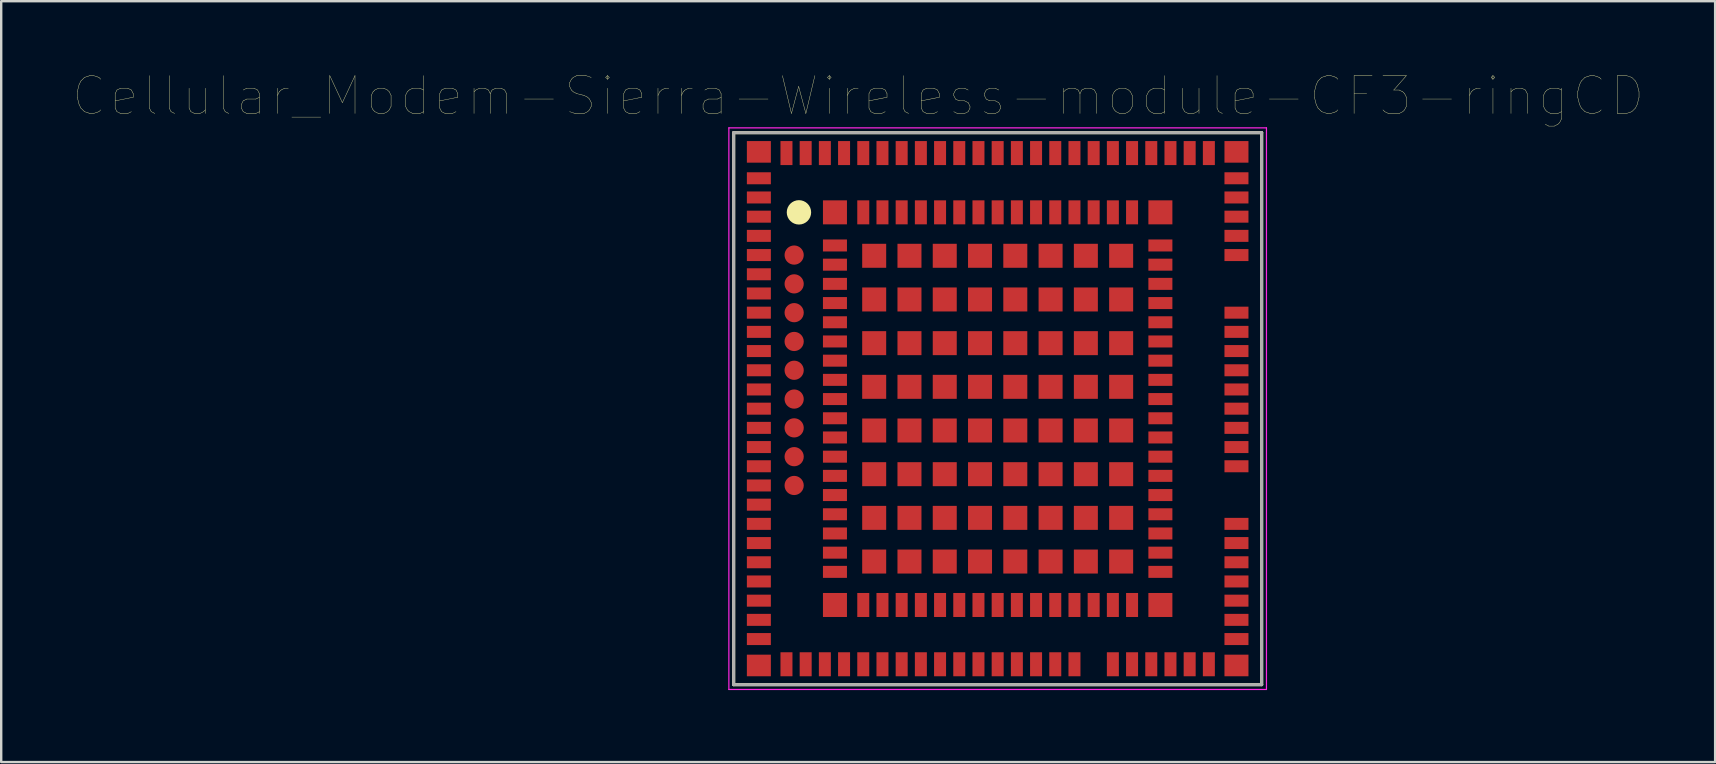
<source format=kicad_pcb>
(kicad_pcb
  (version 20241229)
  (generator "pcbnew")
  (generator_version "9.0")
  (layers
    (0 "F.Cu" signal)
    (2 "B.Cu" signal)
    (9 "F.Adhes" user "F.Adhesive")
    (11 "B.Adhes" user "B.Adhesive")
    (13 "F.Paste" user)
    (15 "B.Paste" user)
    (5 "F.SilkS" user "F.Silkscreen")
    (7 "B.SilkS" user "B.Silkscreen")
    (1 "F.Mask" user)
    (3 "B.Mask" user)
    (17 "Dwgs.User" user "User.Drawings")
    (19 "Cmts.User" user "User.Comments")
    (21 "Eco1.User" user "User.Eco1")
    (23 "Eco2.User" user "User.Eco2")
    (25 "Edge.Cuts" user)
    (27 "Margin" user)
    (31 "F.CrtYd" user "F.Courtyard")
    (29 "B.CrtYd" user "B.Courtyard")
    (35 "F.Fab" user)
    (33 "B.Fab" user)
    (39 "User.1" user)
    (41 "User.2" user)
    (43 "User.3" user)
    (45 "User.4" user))
  (footprint "Cellular_Modem-Sierra-Wireless-module-CF3-ringCD"
    (layer "F.Cu")
    (at 38.52 13.978)
    (property "Reference" "Cellular_Modem-Sierra-Wireless-module-CF3-ringCD" (at -5.813 -13.029 0) (layer "F.SilkS") (effects (font (size 1.578 1.578) (thickness 0.015))))
    (fp_line (start -11 -11.5) (end -11 11.5) (stroke (width 0.127) (type solid)) (layer "F.SilkS"))
    (fp_line (start -11 11.5) (end 11 11.5) (stroke (width 0.127) (type solid)) (layer "F.SilkS"))
    (fp_line (start 11 -11.5) (end -11 -11.5) (stroke (width 0.127) (type solid)) (layer "F.SilkS"))
    (fp_line (start 11 11.5) (end 11 -11.5) (stroke (width 0.127) (type solid)) (layer "F.SilkS"))
    (fp_circle (center -8.28 -8.18) (end -8.026 -8.18) (stroke (width 0.508) (type solid)) (fill no) (layer "F.SilkS"))
    (fp_line (start -11.2 -11.7) (end 11.2 -11.7) (stroke (width 0.05) (type default)) (layer "F.CrtYd"))
    (fp_line (start -11.2 11.7) (end -11.2 -11.7) (stroke (width 0.05) (type default)) (layer "F.CrtYd"))
    (fp_line (start 11.2 -11.7) (end 11.2 11.7) (stroke (width 0.05) (type default)) (layer "F.CrtYd"))
    (fp_line (start 11.2 11.7) (end -11.2 11.7) (stroke (width 0.05) (type default)) (layer "F.CrtYd"))
    (fp_line (start -11 -11.5) (end -11 11.5) (stroke (width 0.127) (type solid)) (layer "F.Fab"))
    (fp_line (start -11 11.5) (end 11 11.5) (stroke (width 0.127) (type solid)) (layer "F.Fab"))
    (fp_line (start 11 -11.5) (end -11 -11.5) (stroke (width 0.127) (type solid)) (layer "F.Fab"))
    (fp_line (start 11 11.5) (end 11 -11.5) (stroke (width 0.127) (type solid)) (layer "F.Fab"))
    (pad "1" smd rect (at -6.78 -6.8) (size 1 0.5) (layers "F.Cu" "F.Mask" "F.Paste"))
    (pad "2" smd rect (at -6.78 -6) (size 1 0.5) (layers "F.Cu" "F.Mask" "F.Paste"))
    (pad "3" smd rect (at -6.78 -5.2) (size 1 0.5) (layers "F.Cu" "F.Mask" "F.Paste"))
    (pad "4" smd rect (at -6.78 -4.4) (size 1 0.5) (layers "F.Cu" "F.Mask" "F.Paste"))
    (pad "5" smd rect (at -6.78 -3.6) (size 1 0.5) (layers "F.Cu" "F.Mask" "F.Paste"))
    (pad "6" smd rect (at -6.78 -2.8) (size 1 0.5) (layers "F.Cu" "F.Mask" "F.Paste"))
    (pad "7" smd rect (at -6.78 -2) (size 1 0.5) (layers "F.Cu" "F.Mask" "F.Paste"))
    (pad "8" smd rect (at -6.78 -1.2) (size 1 0.5) (layers "F.Cu" "F.Mask" "F.Paste"))
    (pad "9" smd rect (at -6.78 -0.4) (size 1 0.5) (layers "F.Cu" "F.Mask" "F.Paste"))
    (pad "10" smd rect (at -6.78 0.4) (size 1 0.5) (layers "F.Cu" "F.Mask" "F.Paste"))
    (pad "11" smd rect (at -6.78 1.2) (size 1 0.5) (layers "F.Cu" "F.Mask" "F.Paste"))
    (pad "12" smd rect (at -6.78 2) (size 1 0.5) (layers "F.Cu" "F.Mask" "F.Paste"))
    (pad "13" smd rect (at -6.78 2.8) (size 1 0.5) (layers "F.Cu" "F.Mask" "F.Paste"))
    (pad "14" smd rect (at -6.78 3.6) (size 1 0.5) (layers "F.Cu" "F.Mask" "F.Paste"))
    (pad "15" smd rect (at -6.78 4.4) (size 1 0.5) (layers "F.Cu" "F.Mask" "F.Paste"))
    (pad "16" smd rect (at -6.78 5.2) (size 1 0.5) (layers "F.Cu" "F.Mask" "F.Paste"))
    (pad "17" smd rect (at -6.78 6) (size 1 0.5) (layers "F.Cu" "F.Mask" "F.Paste"))
    (pad "18" smd rect (at -6.78 6.8) (size 1 0.5) (layers "F.Cu" "F.Mask" "F.Paste"))
    (pad "19" smd rect (at -5.6 8.18) (size 0.5 1) (layers "F.Cu" "F.Mask" "F.Paste"))
    (pad "20" smd rect (at -4.8 8.18) (size 0.5 1) (layers "F.Cu" "F.Mask" "F.Paste"))
    (pad "21" smd rect (at -4 8.18) (size 0.5 1) (layers "F.Cu" "F.Mask" "F.Paste"))
    (pad "22" smd rect (at -3.2 8.18) (size 0.5 1) (layers "F.Cu" "F.Mask" "F.Paste"))
    (pad "23" smd rect (at -2.4 8.18) (size 0.5 1) (layers "F.Cu" "F.Mask" "F.Paste"))
    (pad "24" smd rect (at -1.6 8.18) (size 0.5 1) (layers "F.Cu" "F.Mask" "F.Paste"))
    (pad "25" smd rect (at -0.8 8.18) (size 0.5 1) (layers "F.Cu" "F.Mask" "F.Paste"))
    (pad "26" smd rect (at 0 8.18) (size 0.5 1) (layers "F.Cu" "F.Mask" "F.Paste"))
    (pad "27" smd rect (at 0.8 8.18) (size 0.5 1) (layers "F.Cu" "F.Mask" "F.Paste"))
    (pad "28" smd rect (at 1.6 8.18) (size 0.5 1) (layers "F.Cu" "F.Mask" "F.Paste"))
    (pad "29" smd rect (at 2.4 8.18) (size 0.5 1) (layers "F.Cu" "F.Mask" "F.Paste"))
    (pad "30" smd rect (at 3.2 8.18) (size 0.5 1) (layers "F.Cu" "F.Mask" "F.Paste"))
    (pad "31" smd rect (at 4 8.18) (size 0.5 1) (layers "F.Cu" "F.Mask" "F.Paste"))
    (pad "32" smd rect (at 4.8 8.18) (size 0.5 1) (layers "F.Cu" "F.Mask" "F.Paste"))
    (pad "33" smd rect (at 5.6 8.18) (size 0.5 1) (layers "F.Cu" "F.Mask" "F.Paste"))
    (pad "34" smd rect (at 6.78 6.8) (size 1 0.5) (layers "F.Cu" "F.Mask" "F.Paste"))
    (pad "35" smd rect (at 6.78 6) (size 1 0.5) (layers "F.Cu" "F.Mask" "F.Paste"))
    (pad "36" smd rect (at 6.78 5.2) (size 1 0.5) (layers "F.Cu" "F.Mask" "F.Paste"))
    (pad "37" smd rect (at 6.78 4.4) (size 1 0.5) (layers "F.Cu" "F.Mask" "F.Paste"))
    (pad "38" smd rect (at 6.78 3.6) (size 1 0.5) (layers "F.Cu" "F.Mask" "F.Paste"))
    (pad "39" smd rect (at 6.78 2.8) (size 1 0.5) (layers "F.Cu" "F.Mask" "F.Paste"))
    (pad "40" smd rect (at 6.78 2) (size 1 0.5) (layers "F.Cu" "F.Mask" "F.Paste"))
    (pad "41" smd rect (at 6.78 1.2) (size 1 0.5) (layers "F.Cu" "F.Mask" "F.Paste"))
    (pad "42" smd rect (at 6.78 0.4) (size 1 0.5) (layers "F.Cu" "F.Mask" "F.Paste"))
    (pad "43" smd rect (at 6.78 -0.4) (size 1 0.5) (layers "F.Cu" "F.Mask" "F.Paste"))
    (pad "44" smd rect (at 6.78 -1.2) (size 1 0.5) (layers "F.Cu" "F.Mask" "F.Paste"))
    (pad "45" smd rect (at 6.78 -2) (size 1 0.5) (layers "F.Cu" "F.Mask" "F.Paste"))
    (pad "46" smd rect (at 6.78 -2.8) (size 1 0.5) (layers "F.Cu" "F.Mask" "F.Paste"))
    (pad "47" smd rect (at 6.78 -3.6) (size 1 0.5) (layers "F.Cu" "F.Mask" "F.Paste"))
    (pad "48" smd rect (at 6.78 -4.4) (size 1 0.5) (layers "F.Cu" "F.Mask" "F.Paste"))
    (pad "49" smd rect (at 6.78 -5.2) (size 1 0.5) (layers "F.Cu" "F.Mask" "F.Paste"))
    (pad "50" smd rect (at 6.78 -6) (size 1 0.5) (layers "F.Cu" "F.Mask" "F.Paste"))
    (pad "51" smd rect (at 6.78 -6.8) (size 1 0.5) (layers "F.Cu" "F.Mask" "F.Paste"))
    (pad "52" smd rect (at 5.6 -8.18) (size 0.5 1) (layers "F.Cu" "F.Mask" "F.Paste"))
    (pad "53" smd rect (at 4.8 -8.18) (size 0.5 1) (layers "F.Cu" "F.Mask" "F.Paste"))
    (pad "54" smd rect (at 4 -8.18) (size 0.5 1) (layers "F.Cu" "F.Mask" "F.Paste"))
    (pad "55" smd rect (at 3.2 -8.18) (size 0.5 1) (layers "F.Cu" "F.Mask" "F.Paste"))
    (pad "56" smd rect (at 2.4 -8.18) (size 0.5 1) (layers "F.Cu" "F.Mask" "F.Paste"))
    (pad "57" smd rect (at 1.6 -8.18) (size 0.5 1) (layers "F.Cu" "F.Mask" "F.Paste"))
    (pad "58" smd rect (at 0.8 -8.18) (size 0.5 1) (layers "F.Cu" "F.Mask" "F.Paste"))
    (pad "59" smd rect (at 0 -8.18) (size 0.5 1) (layers "F.Cu" "F.Mask" "F.Paste"))
    (pad "60" smd rect (at -0.8 -8.18) (size 0.5 1) (layers "F.Cu" "F.Mask" "F.Paste"))
    (pad "61" smd rect (at -1.6 -8.18) (size 0.5 1) (layers "F.Cu" "F.Mask" "F.Paste"))
    (pad "62" smd rect (at -2.4 -8.18) (size 0.5 1) (layers "F.Cu" "F.Mask" "F.Paste"))
    (pad "63" smd rect (at -3.2 -8.18) (size 0.5 1) (layers "F.Cu" "F.Mask" "F.Paste"))
    (pad "64" smd rect (at -4 -8.18) (size 0.5 1) (layers "F.Cu" "F.Mask" "F.Paste"))
    (pad "65" smd rect (at -4.8 -8.18) (size 0.5 1) (layers "F.Cu" "F.Mask" "F.Paste"))
    (pad "66" smd rect (at -5.6 -8.18) (size 0.5 1) (layers "F.Cu" "F.Mask" "F.Paste"))
    (pad "67" smd rect (at -6.78 -8.18) (size 1 1) (layers "F.Cu" "F.Mask" "F.Paste"))
    (pad "68" smd rect (at -6.78 8.18) (size 1 1) (layers "F.Cu" "F.Mask" "F.Paste"))
    (pad "69" smd rect (at 6.78 8.18) (size 1 1) (layers "F.Cu" "F.Mask" "F.Paste"))
    (pad "70" smd rect (at 6.78 -8.18) (size 1 1) (layers "F.Cu" "F.Mask" "F.Paste"))
    (pad "71" smd rect (at -9.95 -9.6) (size 1 0.5) (layers "F.Cu" "F.Mask" "F.Paste"))
    (pad "72" smd rect (at -9.95 -8.8) (size 1 0.5) (layers "F.Cu" "F.Mask" "F.Paste"))
    (pad "73" smd rect (at -9.95 -8) (size 1 0.5) (layers "F.Cu" "F.Mask" "F.Paste"))
    (pad "74" smd rect (at -9.95 -7.2) (size 1 0.5) (layers "F.Cu" "F.Mask" "F.Paste"))
    (pad "75" smd rect (at -9.95 -6.4) (size 1 0.5) (layers "F.Cu" "F.Mask" "F.Paste"))
    (pad "76" smd rect (at -9.95 -5.6) (size 1 0.5) (layers "F.Cu" "F.Mask" "F.Paste"))
    (pad "77" smd rect (at -9.95 -4.8) (size 1 0.5) (layers "F.Cu" "F.Mask" "F.Paste"))
    (pad "78" smd rect (at -9.95 -4) (size 1 0.5) (layers "F.Cu" "F.Mask" "F.Paste"))
    (pad "79" smd rect (at -9.95 -3.2) (size 1 0.5) (layers "F.Cu" "F.Mask" "F.Paste"))
    (pad "80" smd rect (at -9.95 -2.4) (size 1 0.5) (layers "F.Cu" "F.Mask" "F.Paste"))
    (pad "81" smd rect (at -9.95 -1.6) (size 1 0.5) (layers "F.Cu" "F.Mask" "F.Paste"))
    (pad "82" smd rect (at -9.95 -0.8) (size 1 0.5) (layers "F.Cu" "F.Mask" "F.Paste"))
    (pad "83" smd rect (at -9.95 0) (size 1 0.5) (layers "F.Cu" "F.Mask" "F.Paste"))
    (pad "84" smd rect (at -9.95 0.8) (size 1 0.5) (layers "F.Cu" "F.Mask" "F.Paste"))
    (pad "85" smd rect (at -9.95 1.6) (size 1 0.5) (layers "F.Cu" "F.Mask" "F.Paste"))
    (pad "86" smd rect (at -9.95 2.4) (size 1 0.5) (layers "F.Cu" "F.Mask" "F.Paste"))
    (pad "87" smd rect (at -9.95 3.2) (size 1 0.5) (layers "F.Cu" "F.Mask" "F.Paste"))
    (pad "88" smd rect (at -9.95 4) (size 1 0.5) (layers "F.Cu" "F.Mask" "F.Paste"))
    (pad "89" smd rect (at -9.95 4.8) (size 1 0.5) (layers "F.Cu" "F.Mask" "F.Paste"))
    (pad "90" smd rect (at -9.95 5.6) (size 1 0.5) (layers "F.Cu" "F.Mask" "F.Paste"))
    (pad "91" smd rect (at -9.95 6.4) (size 1 0.5) (layers "F.Cu" "F.Mask" "F.Paste"))
    (pad "92" smd rect (at -9.95 7.2) (size 1 0.5) (layers "F.Cu" "F.Mask" "F.Paste"))
    (pad "93" smd rect (at -9.95 8) (size 1 0.5) (layers "F.Cu" "F.Mask" "F.Paste"))
    (pad "94" smd rect (at -9.95 8.8) (size 1 0.5) (layers "F.Cu" "F.Mask" "F.Paste"))
    (pad "95" smd rect (at -9.95 9.6) (size 1 0.5) (layers "F.Cu" "F.Mask" "F.Paste"))
    (pad "96" smd rect (at -8.8 10.65) (size 0.5 1) (layers "F.Cu" "F.Mask" "F.Paste"))
    (pad "97" smd rect (at -8 10.65) (size 0.5 1) (layers "F.Cu" "F.Mask" "F.Paste"))
    (pad "98" smd rect (at -7.2 10.65) (size 0.5 1) (layers "F.Cu" "F.Mask" "F.Paste"))
    (pad "99" smd rect (at -6.4 10.65) (size 0.5 1) (layers "F.Cu" "F.Mask" "F.Paste"))
    (pad "100" smd rect (at -5.6 10.65) (size 0.5 1) (layers "F.Cu" "F.Mask" "F.Paste"))
    (pad "101" smd rect (at -4.8 10.65) (size 0.5 1) (layers "F.Cu" "F.Mask" "F.Paste"))
    (pad "102" smd rect (at -4 10.65) (size 0.5 1) (layers "F.Cu" "F.Mask" "F.Paste"))
    (pad "103" smd rect (at -3.2 10.65) (size 0.5 1) (layers "F.Cu" "F.Mask" "F.Paste"))
    (pad "104" smd rect (at -2.4 10.65) (size 0.5 1) (layers "F.Cu" "F.Mask" "F.Paste"))
    (pad "105" smd rect (at -1.6 10.65) (size 0.5 1) (layers "F.Cu" "F.Mask" "F.Paste"))
    (pad "106" smd rect (at -0.8 10.65) (size 0.5 1) (layers "F.Cu" "F.Mask" "F.Paste"))
    (pad "107" smd rect (at 0 10.65) (size 0.5 1) (layers "F.Cu" "F.Mask" "F.Paste"))
    (pad "108" smd rect (at 0.8 10.65) (size 0.5 1) (layers "F.Cu" "F.Mask" "F.Paste"))
    (pad "109" smd rect (at 1.6 10.65) (size 0.5 1) (layers "F.Cu" "F.Mask" "F.Paste"))
    (pad "110" smd rect (at 2.4 10.65) (size 0.5 1) (layers "F.Cu" "F.Mask" "F.Paste"))
    (pad "111" smd rect (at 3.2 10.65) (size 0.5 1) (layers "F.Cu" "F.Mask" "F.Paste"))
    (pad "113" smd rect (at 4.8 10.65) (size 0.5 1) (layers "F.Cu" "F.Mask" "F.Paste"))
    (pad "114" smd rect (at 5.6 10.65) (size 0.5 1) (layers "F.Cu" "F.Mask" "F.Paste"))
    (pad "115" smd rect (at 6.4 10.65) (size 0.5 1) (layers "F.Cu" "F.Mask" "F.Paste"))
    (pad "116" smd rect (at 7.2 10.65) (size 0.5 1) (layers "F.Cu" "F.Mask" "F.Paste"))
    (pad "117" smd rect (at 8 10.65) (size 0.5 1) (layers "F.Cu" "F.Mask" "F.Paste"))
    (pad "118" smd rect (at 8.8 10.65) (size 0.5 1) (layers "F.Cu" "F.Mask" "F.Paste"))
    (pad "119" smd rect (at 9.95 9.6) (size 1 0.5) (layers "F.Cu" "F.Mask" "F.Paste"))
    (pad "120" smd rect (at 9.95 8.8) (size 1 0.5) (layers "F.Cu" "F.Mask" "F.Paste"))
    (pad "121" smd rect (at 9.95 8) (size 1 0.5) (layers "F.Cu" "F.Mask" "F.Paste"))
    (pad "122" smd rect (at 9.95 7.2) (size 1 0.5) (layers "F.Cu" "F.Mask" "F.Paste"))
    (pad "123" smd rect (at 9.95 6.4) (size 1 0.5) (layers "F.Cu" "F.Mask" "F.Paste"))
    (pad "124" smd rect (at 9.95 5.6) (size 1 0.5) (layers "F.Cu" "F.Mask" "F.Paste"))
    (pad "125" smd rect (at 9.95 4.8) (size 1 0.5) (layers "F.Cu" "F.Mask" "F.Paste"))
    (pad "128" smd rect (at 9.95 2.4) (size 1 0.5) (layers "F.Cu" "F.Mask" "F.Paste"))
    (pad "129" smd rect (at 9.95 1.6) (size 1 0.5) (layers "F.Cu" "F.Mask" "F.Paste"))
    (pad "130" smd rect (at 9.95 0.8) (size 1 0.5) (layers "F.Cu" "F.Mask" "F.Paste"))
    (pad "131" smd rect (at 9.95 0) (size 1 0.5) (layers "F.Cu" "F.Mask" "F.Paste"))
    (pad "132" smd rect (at 9.95 -0.8) (size 1 0.5) (layers "F.Cu" "F.Mask" "F.Paste"))
    (pad "133" smd rect (at 9.95 -1.6) (size 1 0.5) (layers "F.Cu" "F.Mask" "F.Paste"))
    (pad "134" smd rect (at 9.95 -2.4) (size 1 0.5) (layers "F.Cu" "F.Mask" "F.Paste"))
    (pad "135" smd rect (at 9.95 -3.2) (size 1 0.5) (layers "F.Cu" "F.Mask" "F.Paste"))
    (pad "136" smd rect (at 9.95 -4) (size 1 0.5) (layers "F.Cu" "F.Mask" "F.Paste"))
    (pad "139" smd rect (at 9.95 -6.4) (size 1 0.5) (layers "F.Cu" "F.Mask" "F.Paste"))
    (pad "140" smd rect (at 9.95 -7.2) (size 1 0.5) (layers "F.Cu" "F.Mask" "F.Paste"))
    (pad "141" smd rect (at 9.95 -8) (size 1 0.5) (layers "F.Cu" "F.Mask" "F.Paste"))
    (pad "142" smd rect (at 9.95 -8.8) (size 1 0.5) (layers "F.Cu" "F.Mask" "F.Paste"))
    (pad "143" smd rect (at 9.95 -9.6) (size 1 0.5) (layers "F.Cu" "F.Mask" "F.Paste"))
    (pad "144" smd rect (at 8.8 -10.65) (size 0.5 1) (layers "F.Cu" "F.Mask" "F.Paste"))
    (pad "145" smd rect (at 8 -10.65) (size 0.5 1) (layers "F.Cu" "F.Mask" "F.Paste"))
    (pad "146" smd rect (at 7.2 -10.65) (size 0.5 1) (layers "F.Cu" "F.Mask" "F.Paste"))
    (pad "147" smd rect (at 6.4 -10.65) (size 0.5 1) (layers "F.Cu" "F.Mask" "F.Paste"))
    (pad "148" smd rect (at 5.6 -10.65) (size 0.5 1) (layers "F.Cu" "F.Mask" "F.Paste"))
    (pad "149" smd rect (at 4.8 -10.65) (size 0.5 1) (layers "F.Cu" "F.Mask" "F.Paste"))
    (pad "150" smd rect (at 4 -10.65) (size 0.5 1) (layers "F.Cu" "F.Mask" "F.Paste"))
    (pad "151" smd rect (at 3.2 -10.65) (size 0.5 1) (layers "F.Cu" "F.Mask" "F.Paste"))
    (pad "152" smd rect (at 2.4 -10.65) (size 0.5 1) (layers "F.Cu" "F.Mask" "F.Paste"))
    (pad "153" smd rect (at 1.6 -10.65) (size 0.5 1) (layers "F.Cu" "F.Mask" "F.Paste"))
    (pad "154" smd rect (at 0.8 -10.65) (size 0.5 1) (layers "F.Cu" "F.Mask" "F.Paste"))
    (pad "155" smd rect (at 0 -10.65) (size 0.5 1) (layers "F.Cu" "F.Mask" "F.Paste"))
    (pad "156" smd rect (at -0.8 -10.65) (size 0.5 1) (layers "F.Cu" "F.Mask" "F.Paste"))
    (pad "157" smd rect (at -1.6 -10.65) (size 0.5 1) (layers "F.Cu" "F.Mask" "F.Paste"))
    (pad "158" smd rect (at -2.4 -10.65) (size 0.5 1) (layers "F.Cu" "F.Mask" "F.Paste"))
    (pad "159" smd rect (at -3.2 -10.65) (size 0.5 1) (layers "F.Cu" "F.Mask" "F.Paste"))
    (pad "160" smd rect (at -4 -10.65) (size 0.5 1) (layers "F.Cu" "F.Mask" "F.Paste"))
    (pad "161" smd rect (at -4.8 -10.65) (size 0.5 1) (layers "F.Cu" "F.Mask" "F.Paste"))
    (pad "162" smd rect (at -5.6 -10.65) (size 0.5 1) (layers "F.Cu" "F.Mask" "F.Paste"))
    (pad "163" smd rect (at -6.4 -10.65) (size 0.5 1) (layers "F.Cu" "F.Mask" "F.Paste"))
    (pad "164" smd rect (at -7.2 -10.65) (size 0.5 1) (layers "F.Cu" "F.Mask" "F.Paste"))
    (pad "165" smd rect (at -8 -10.65) (size 0.5 1) (layers "F.Cu" "F.Mask" "F.Paste"))
    (pad "166" smd rect (at -8.8 -10.65) (size 0.5 1) (layers "F.Cu" "F.Mask" "F.Paste"))
    (pad "167" smd rect (at -9.95 -10.7) (size 1 0.9) (layers "F.Cu" "F.Mask" "F.Paste"))
    (pad "168" smd rect (at -9.95 10.7) (size 1 0.9) (layers "F.Cu" "F.Mask" "F.Paste"))
    (pad "169" smd rect (at 9.95 10.7) (size 1 0.9) (layers "F.Cu" "F.Mask" "F.Paste"))
    (pad "170" smd rect (at 9.95 -10.7) (size 1 0.9) (layers "F.Cu" "F.Mask" "F.Paste"))
    (pad "171" smd rect (at -5.145 -6.37) (size 1 1) (layers "F.Cu" "F.Mask" "F.Paste"))
    (pad "172" smd rect (at -3.675 -6.37) (size 1 1) (layers "F.Cu" "F.Mask" "F.Paste"))
    (pad "173" smd rect (at -2.205 -6.37) (size 1 1) (layers "F.Cu" "F.Mask" "F.Paste"))
    (pad "174" smd rect (at -0.735 -6.37) (size 1 1) (layers "F.Cu" "F.Mask" "F.Paste"))
    (pad "175" smd rect (at 0.735 -6.37) (size 1 1) (layers "F.Cu" "F.Mask" "F.Paste"))
    (pad "176" smd rect (at 2.205 -6.37) (size 1 1) (layers "F.Cu" "F.Mask" "F.Paste"))
    (pad "177" smd rect (at 3.675 -6.37) (size 1 1) (layers "F.Cu" "F.Mask" "F.Paste"))
    (pad "178" smd rect (at 5.145 -6.37) (size 1 1) (layers "F.Cu" "F.Mask" "F.Paste"))
    (pad "179" smd rect (at 5.145 -4.55) (size 1 1) (layers "F.Cu" "F.Mask" "F.Paste"))
    (pad "180" smd rect (at 5.145 -2.73) (size 1 1) (layers "F.Cu" "F.Mask" "F.Paste"))
    (pad "181" smd rect (at 5.145 -0.91) (size 1 1) (layers "F.Cu" "F.Mask" "F.Paste"))
    (pad "182" smd rect (at 5.145 0.91) (size 1 1) (layers "F.Cu" "F.Mask" "F.Paste"))
    (pad "183" smd rect (at 5.145 2.73) (size 1 1) (layers "F.Cu" "F.Mask" "F.Paste"))
    (pad "184" smd rect (at 5.145 4.55) (size 1 1) (layers "F.Cu" "F.Mask" "F.Paste"))
    (pad "185" smd rect (at 5.145 6.37) (size 1 1) (layers "F.Cu" "F.Mask" "F.Paste"))
    (pad "186" smd rect (at 3.675 6.37) (size 1 1) (layers "F.Cu" "F.Mask" "F.Paste"))
    (pad "187" smd rect (at 2.205 6.37) (size 1 1) (layers "F.Cu" "F.Mask" "F.Paste"))
    (pad "188" smd rect (at 0.735 6.37) (size 1 1) (layers "F.Cu" "F.Mask" "F.Paste"))
    (pad "189" smd rect (at -0.735 6.37) (size 1 1) (layers "F.Cu" "F.Mask" "F.Paste"))
    (pad "190" smd rect (at -2.205 6.37) (size 1 1) (layers "F.Cu" "F.Mask" "F.Paste"))
    (pad "191" smd rect (at -3.675 6.37) (size 1 1) (layers "F.Cu" "F.Mask" "F.Paste"))
    (pad "192" smd rect (at -5.145 6.37) (size 1 1) (layers "F.Cu" "F.Mask" "F.Paste"))
    (pad "193" smd rect (at -5.145 4.55) (size 1 1) (layers "F.Cu" "F.Mask" "F.Paste"))
    (pad "194" smd rect (at -5.145 2.73) (size 1 1) (layers "F.Cu" "F.Mask" "F.Paste"))
    (pad "195" smd rect (at -5.145 0.91) (size 1 1) (layers "F.Cu" "F.Mask" "F.Paste"))
    (pad "196" smd rect (at -5.145 -0.91) (size 1 1) (layers "F.Cu" "F.Mask" "F.Paste"))
    (pad "197" smd rect (at -5.145 -2.73) (size 1 1) (layers "F.Cu" "F.Mask" "F.Paste"))
    (pad "198" smd rect (at -5.145 -4.55) (size 1 1) (layers "F.Cu" "F.Mask" "F.Paste"))
    (pad "199" smd rect (at -3.675 -4.55) (size 1 1) (layers "F.Cu" "F.Mask" "F.Paste"))
    (pad "200" smd rect (at -2.205 -4.55) (size 1 1) (layers "F.Cu" "F.Mask" "F.Paste"))
    (pad "201" smd rect (at -0.735 -4.55) (size 1 1) (layers "F.Cu" "F.Mask" "F.Paste"))
    (pad "202" smd rect (at 0.735 -4.55) (size 1 1) (layers "F.Cu" "F.Mask" "F.Paste"))
    (pad "203" smd rect (at 2.205 -4.55) (size 1 1) (layers "F.Cu" "F.Mask" "F.Paste"))
    (pad "204" smd rect (at 3.675 -4.55) (size 1 1) (layers "F.Cu" "F.Mask" "F.Paste"))
    (pad "205" smd rect (at 3.675 -2.73) (size 1 1) (layers "F.Cu" "F.Mask" "F.Paste"))
    (pad "206" smd rect (at 3.675 -0.91) (size 1 1) (layers "F.Cu" "F.Mask" "F.Paste"))
    (pad "207" smd rect (at 3.675 0.91) (size 1 1) (layers "F.Cu" "F.Mask" "F.Paste"))
    (pad "208" smd rect (at 3.675 2.73) (size 1 1) (layers "F.Cu" "F.Mask" "F.Paste"))
    (pad "209" smd rect (at 3.675 4.55) (size 1 1) (layers "F.Cu" "F.Mask" "F.Paste"))
    (pad "210" smd rect (at 2.205 4.55) (size 1 1) (layers "F.Cu" "F.Mask" "F.Paste"))
    (pad "211" smd rect (at 0.735 4.55) (size 1 1) (layers "F.Cu" "F.Mask" "F.Paste"))
    (pad "212" smd rect (at -0.735 4.55) (size 1 1) (layers "F.Cu" "F.Mask" "F.Paste"))
    (pad "213" smd rect (at -2.205 4.55) (size 1 1) (layers "F.Cu" "F.Mask" "F.Paste"))
    (pad "214" smd rect (at -3.675 4.55) (size 1 1) (layers "F.Cu" "F.Mask" "F.Paste"))
    (pad "215" smd rect (at -3.675 2.73) (size 1 1) (layers "F.Cu" "F.Mask" "F.Paste"))
    (pad "216" smd rect (at -3.675 0.91) (size 1 1) (layers "F.Cu" "F.Mask" "F.Paste"))
    (pad "217" smd rect (at -3.675 -0.91) (size 1 1) (layers "F.Cu" "F.Mask" "F.Paste"))
    (pad "218" smd rect (at -3.675 -2.73) (size 1 1) (layers "F.Cu" "F.Mask" "F.Paste"))
    (pad "219" smd rect (at -2.205 -2.73) (size 1 1) (layers "F.Cu" "F.Mask" "F.Paste"))
    (pad "220" smd rect (at -0.735 -2.73) (size 1 1) (layers "F.Cu" "F.Mask" "F.Paste"))
    (pad "221" smd rect (at 0.735 -2.73) (size 1 1) (layers "F.Cu" "F.Mask" "F.Paste"))
    (pad "222" smd rect (at 2.205 -2.73) (size 1 1) (layers "F.Cu" "F.Mask" "F.Paste"))
    (pad "223" smd rect (at 2.205 -0.91) (size 1 1) (layers "F.Cu" "F.Mask" "F.Paste"))
    (pad "224" smd rect (at 2.205 0.91) (size 1 1) (layers "F.Cu" "F.Mask" "F.Paste"))
    (pad "225" smd rect (at 2.205 2.73) (size 1 1) (layers "F.Cu" "F.Mask" "F.Paste"))
    (pad "226" smd rect (at 0.735 2.73) (size 1 1) (layers "F.Cu" "F.Mask" "F.Paste"))
    (pad "227" smd rect (at -0.735 2.73) (size 1 1) (layers "F.Cu" "F.Mask" "F.Paste"))
    (pad "228" smd rect (at -2.205 2.73) (size 1 1) (layers "F.Cu" "F.Mask" "F.Paste"))
    (pad "229" smd rect (at -2.205 0.91) (size 1 1) (layers "F.Cu" "F.Mask" "F.Paste"))
    (pad "230" smd rect (at -2.205 -0.91) (size 1 1) (layers "F.Cu" "F.Mask" "F.Paste"))
    (pad "231" smd rect (at -0.735 -0.91) (size 1 1) (layers "F.Cu" "F.Mask" "F.Paste"))
    (pad "232" smd rect (at 0.735 -0.91) (size 1 1) (layers "F.Cu" "F.Mask" "F.Paste"))
    (pad "233" smd rect (at 0.735 0.91) (size 1 1) (layers "F.Cu" "F.Mask" "F.Paste"))
    (pad "234" smd rect (at -0.735 0.91) (size 1 1) (layers "F.Cu" "F.Mask" "F.Paste"))
    (pad "236" smd circle (at -8.48 -6.4) (size 0.8 0.8) (layers "F.Cu" "F.Mask" "F.Paste"))
    (pad "237" smd circle (at -8.48 -5.2) (size 0.8 0.8) (layers "F.Cu" "F.Mask" "F.Paste"))
    (pad "238" smd circle (at -8.48 -4) (size 0.8 0.8) (layers "F.Cu" "F.Mask" "F.Paste"))
    (pad "239" smd circle (at -8.48 -2.8) (size 0.8 0.8) (layers "F.Cu" "F.Mask" "F.Paste"))
    (pad "240" smd circle (at -8.48 -1.6) (size 0.8 0.8) (layers "F.Cu" "F.Mask" "F.Paste"))
    (pad "241" smd circle (at -8.48 -0.4) (size 0.8 0.8) (layers "F.Cu" "F.Mask" "F.Paste"))
    (pad "242" smd circle (at -8.48 0.8) (size 0.8 0.8) (layers "F.Cu" "F.Mask" "F.Paste"))
    (pad "243" smd circle (at -8.48 2) (size 0.8 0.8) (layers "F.Cu" "F.Mask" "F.Paste"))
    (pad "244" smd circle (at -8.48 3.2) (size 0.8 0.8) (layers "F.Cu" "F.Mask" "F.Paste")))
  (gr_rect
    (start -3 -3)
    (end 68.415 28.703)
    (stroke (width 0.1) (type default))
    (fill no)
    (layer "Edge.Cuts")))
</source>
